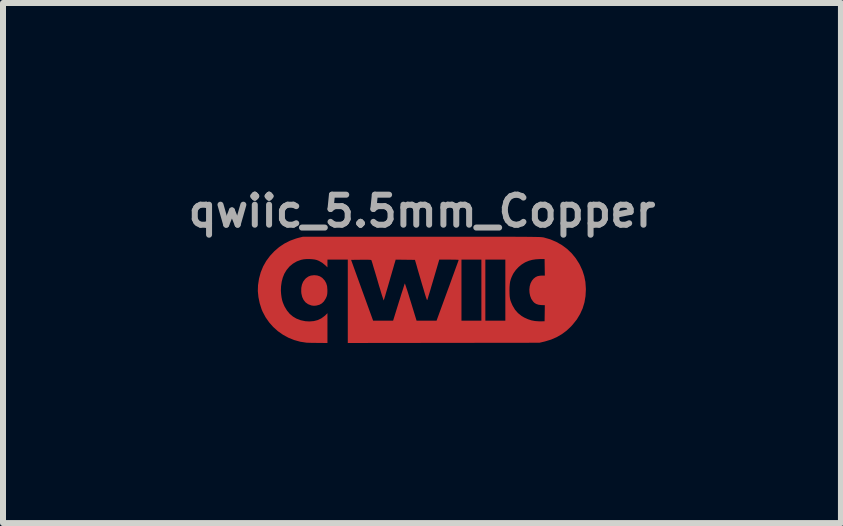
<source format=kicad_pcb>
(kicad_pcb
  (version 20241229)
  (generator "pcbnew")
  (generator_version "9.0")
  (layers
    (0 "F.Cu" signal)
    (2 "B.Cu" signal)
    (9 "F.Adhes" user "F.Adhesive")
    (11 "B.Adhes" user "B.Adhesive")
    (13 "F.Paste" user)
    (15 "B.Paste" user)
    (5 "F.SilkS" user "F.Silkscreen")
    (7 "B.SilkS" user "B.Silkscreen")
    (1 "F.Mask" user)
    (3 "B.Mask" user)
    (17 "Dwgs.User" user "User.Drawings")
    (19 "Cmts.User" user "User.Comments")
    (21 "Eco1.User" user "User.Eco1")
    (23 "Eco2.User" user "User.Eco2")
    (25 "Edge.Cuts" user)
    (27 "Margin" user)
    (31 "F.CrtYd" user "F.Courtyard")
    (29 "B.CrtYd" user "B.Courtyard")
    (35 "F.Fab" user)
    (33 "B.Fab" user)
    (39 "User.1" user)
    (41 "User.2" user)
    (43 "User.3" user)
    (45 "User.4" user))
  (footprint "qwiic_5.5mm_Copper"
    (layer "F.Cu")
    (at 3.981 1.768)
    (property "Reference" "qwiic_5.5mm_Copper" (at 0 -1.3 0) (layer "F.Fab") (effects (font (size 0.5 0.5) (thickness 0.1))))
    (attr board_only exclude_from_pos_files exclude_from_bom)
    (fp_poly (pts (xy -1.745 -0.228) (xy -1.702 -0.214) (xy -1.664 -0.19) (xy -1.654 -0.181) (xy -1.62 -0.143) (xy -1.596 -0.1) (xy -1.581 -0.05) (xy -1.576 0.009) (xy -1.576 0.045) (xy -1.578 0.076) (xy -1.582 0.1) (xy -1.588 0.121) (xy -1.598 0.144) (xy -1.605 0.158) (xy -1.634 0.204) (xy -1.668 0.237) (xy -1.709 0.26) (xy -1.758 0.273) (xy -1.783 0.276) (xy -1.811 0.276) (xy -1.839 0.272) (xy -1.847 0.27) (xy -1.898 0.25) (xy -1.94 0.22) (xy -1.972 0.18) (xy -1.995 0.132) (xy -2.009 0.075) (xy -2.012 0.043) (xy -2.011 -0.021) (xy -2 -0.076) (xy -1.98 -0.124) (xy -1.949 -0.166) (xy -1.932 -0.183) (xy -1.894 -0.21) (xy -1.853 -0.226) (xy -1.804 -0.232) (xy -1.794 -0.233)) (stroke (width 0) (type solid)) (fill yes) (layer "F.Cu"))
    (fp_poly (pts (xy 0.189 -0.874) (xy 0.368 -0.874) (xy 0.536 -0.874) (xy 0.691 -0.874) (xy 0.834 -0.874) (xy 0.967 -0.874) (xy 1.089 -0.873) (xy 1.201 -0.873) (xy 1.304 -0.873) (xy 1.397 -0.873) (xy 1.482 -0.873) (xy 1.558 -0.873) (xy 1.626 -0.872) (xy 1.687 -0.872) (xy 1.742 -0.872) (xy 1.789 -0.871) (xy 1.831 -0.871) (xy 1.867 -0.87) (xy 1.898 -0.87) (xy 1.925 -0.869) (xy 1.947 -0.869) (xy 1.966 -0.868) (xy 1.981 -0.867) (xy 1.994 -0.866) (xy 2.004 -0.865) (xy 2.012 -0.864) (xy 2.019 -0.863) (xy 2.025 -0.862) (xy 2.03 -0.861) (xy 2.138 -0.83) (xy 2.239 -0.787) (xy 2.332 -0.734) (xy 2.417 -0.671) (xy 2.494 -0.598) (xy 2.562 -0.515) (xy 2.62 -0.424) (xy 2.633 -0.399) (xy 2.675 -0.308) (xy 2.704 -0.216) (xy 2.723 -0.121) (xy 2.73 -0.021) (xy 2.731 0.006) (xy 2.725 0.117) (xy 2.707 0.222) (xy 2.677 0.321) (xy 2.634 0.415) (xy 2.58 0.505) (xy 2.512 0.59) (xy 2.484 0.621) (xy 2.409 0.692) (xy 2.329 0.751) (xy 2.244 0.8) (xy 2.152 0.84) (xy 2.05 0.871) (xy 2.021 0.878) (xy 1.957 0.893) (xy 0.36 0.895) (xy -1.236 0.897) (xy -1.236 0.203) (xy -1.236 -0.488) (xy -1.181 -0.488) (xy -0.998 0.018) (xy -0.814 0.525) (xy -0.647 0.525) (xy -0.481 0.525) (xy -0.386 0.218) (xy -0.366 0.156) (xy -0.349 0.099) (xy -0.332 0.046) (xy -0.317 0.001) (xy -0.305 -0.038) (xy -0.296 -0.067) (xy -0.289 -0.087) (xy -0.286 -0.095) (xy -0.286 -0.095) (xy -0.283 -0.09) (xy -0.277 -0.073) (xy -0.268 -0.046) (xy -0.256 -0.01) (xy -0.241 0.034) (xy -0.225 0.085) (xy -0.208 0.142) (xy -0.189 0.203) (xy -0.186 0.212) (xy -0.09 0.525) (xy 0.076 0.525) (xy 0.243 0.525) (xy 0.427 0.021) (xy 0.456 -0.057) (xy 0.483 -0.132) (xy 0.508 -0.202) (xy 0.532 -0.267) (xy 0.553 -0.325) (xy 0.571 -0.375) (xy 0.587 -0.418) (xy 0.599 -0.451) (xy 0.607 -0.474) (xy 0.611 -0.486) (xy 0.611 -0.487) (xy 0.605 -0.489) (xy 0.587 -0.49) (xy 0.56 -0.491) (xy 0.524 -0.491) (xy 0.483 -0.492) (xy 0.45 -0.492) (xy 0.658 -0.492) (xy 0.658 0.017) (xy 0.658 0.525) (xy 0.824 0.525) (xy 0.99 0.525) (xy 0.99 0.017) (xy 0.99 -0.492) (xy 1.056 -0.492) (xy 1.056 0.017) (xy 1.056 0.525) (xy 1.222 0.525) (xy 1.389 0.525) (xy 1.389 0.02) (xy 1.458 0.02) (xy 1.459 0.073) (xy 1.461 0.116) (xy 1.466 0.153) (xy 1.474 0.187) (xy 1.486 0.22) (xy 1.502 0.257) (xy 1.512 0.278) (xy 1.551 0.343) (xy 1.6 0.399) (xy 1.659 0.446) (xy 1.704 0.473) (xy 1.766 0.501) (xy 1.824 0.52) (xy 1.883 0.531) (xy 1.949 0.536) (xy 1.98 0.536) (xy 2.043 0.535) (xy 2.045 0.401) (xy 2.047 0.267) (xy 1.988 0.265) (xy 1.94 0.259) (xy 1.902 0.246) (xy 1.871 0.226) (xy 1.851 0.205) (xy 1.822 0.163) (xy 1.803 0.114) (xy 1.792 0.061) (xy 1.789 0.007) (xy 1.795 -0.047) (xy 1.809 -0.097) (xy 1.832 -0.141) (xy 1.862 -0.177) (xy 1.895 -0.202) (xy 1.928 -0.217) (xy 1.966 -0.224) (xy 1.995 -0.226) (xy 2.047 -0.226) (xy 2.045 -0.364) (xy 2.043 -0.502) (xy 1.96 -0.501) (xy 1.894 -0.497) (xy 1.836 -0.488) (xy 1.781 -0.473) (xy 1.726 -0.45) (xy 1.714 -0.444) (xy 1.661 -0.411) (xy 1.61 -0.369) (xy 1.564 -0.32) (xy 1.527 -0.268) (xy 1.516 -0.249) (xy 1.495 -0.205) (xy 1.48 -0.166) (xy 1.469 -0.126) (xy 1.463 -0.084) (xy 1.459 -0.035) (xy 1.458 0.02) (xy 1.389 0.02) (xy 1.389 0.017) (xy 1.389 -0.492) (xy 1.222 -0.492) (xy 1.056 -0.492) (xy 0.99 -0.492) (xy 0.824 -0.492) (xy 0.658 -0.492) (xy 0.45 -0.492) (xy 0.288 -0.492) (xy 0.193 -0.168) (xy 0.174 -0.104) (xy 0.156 -0.044) (xy 0.14 0.012) (xy 0.125 0.062) (xy 0.112 0.104) (xy 0.102 0.138) (xy 0.095 0.162) (xy 0.091 0.174) (xy 0.09 0.176) (xy 0.089 0.179) (xy 0.087 0.181) (xy 0.085 0.181) (xy 0.083 0.177) (xy 0.079 0.171) (xy 0.075 0.159) (xy 0.069 0.143) (xy 0.062 0.121) (xy 0.053 0.092) (xy 0.042 0.056) (xy 0.029 0.011) (xy 0.013 -0.042) (xy -0.006 -0.105) (xy -0.027 -0.178) (xy -0.052 -0.263) (xy -0.08 -0.359) (xy -0.085 -0.379) (xy -0.117 -0.488) (xy -0.277 -0.49) (xy -0.438 -0.492) (xy -0.454 -0.437) (xy -0.46 -0.419) (xy -0.468 -0.39) (xy -0.479 -0.351) (xy -0.493 -0.304) (xy -0.508 -0.252) (xy -0.525 -0.194) (xy -0.542 -0.134) (xy -0.552 -0.1) (xy -0.569 -0.041) (xy -0.585 0.014) (xy -0.6 0.064) (xy -0.612 0.107) (xy -0.623 0.142) (xy -0.631 0.168) (xy -0.636 0.184) (xy -0.638 0.188) (xy -0.64 0.182) (xy -0.646 0.166) (xy -0.655 0.138) (xy -0.667 0.102) (xy -0.681 0.057) (xy -0.696 0.005) (xy -0.714 -0.052) (xy -0.732 -0.114) (xy -0.74 -0.142) (xy -0.759 -0.207) (xy -0.777 -0.267) (xy -0.794 -0.323) (xy -0.809 -0.372) (xy -0.821 -0.414) (xy -0.831 -0.447) (xy -0.839 -0.471) (xy -0.843 -0.483) (xy -0.844 -0.485) (xy -0.851 -0.487) (xy -0.869 -0.489) (xy -0.898 -0.49) (xy -0.94 -0.49) (xy -0.994 -0.49) (xy -1.015 -0.49) (xy -1.181 -0.488) (xy -1.236 -0.488) (xy -1.236 -0.492) (xy -1.405 -0.492) (xy -1.575 -0.492) (xy -1.575 -0.427) (xy -1.575 -0.363) (xy -1.61 -0.397) (xy -1.661 -0.439) (xy -1.719 -0.472) (xy -1.754 -0.486) (xy -1.788 -0.494) (xy -1.831 -0.499) (xy -1.879 -0.502) (xy -1.928 -0.501) (xy -1.973 -0.497) (xy -2.012 -0.489) (xy -2.013 -0.489) (xy -2.085 -0.463) (xy -2.15 -0.425) (xy -2.208 -0.377) (xy -2.257 -0.318) (xy -2.294 -0.256) (xy -2.319 -0.194) (xy -2.337 -0.125) (xy -2.348 -0.05) (xy -2.351 0.025) (xy -2.347 0.081) (xy -2.34 0.135) (xy -2.331 0.18) (xy -2.319 0.22) (xy -2.302 0.261) (xy -2.288 0.292) (xy -2.25 0.355) (xy -2.204 0.411) (xy -2.149 0.457) (xy -2.093 0.49) (xy -2.02 0.518) (xy -1.944 0.534) (xy -1.875 0.538) (xy -1.802 0.532) (xy -1.736 0.515) (xy -1.676 0.486) (xy -1.622 0.446) (xy -1.614 0.439) (xy -1.575 0.4) (xy -1.575 0.648) (xy -1.575 0.897) (xy -1.736 0.896) (xy -1.782 0.895) (xy -1.826 0.895) (xy -1.864 0.894) (xy -1.895 0.893) (xy -1.916 0.893) (xy -1.923 0.892) (xy -2.028 0.876) (xy -2.129 0.848) (xy -2.226 0.809) (xy -2.317 0.759) (xy -2.401 0.7) (xy -2.478 0.631) (xy -2.546 0.554) (xy -2.605 0.47) (xy -2.654 0.378) (xy -2.672 0.336) (xy -2.704 0.235) (xy -2.725 0.133) (xy -2.735 0.032) (xy -2.732 -0.066) (xy -2.715 -0.176) (xy -2.687 -0.28) (xy -2.647 -0.378) (xy -2.595 -0.47) (xy -2.531 -0.556) (xy -2.46 -0.632) (xy -2.379 -0.702) (xy -2.292 -0.76) (xy -2.199 -0.807) (xy -2.098 -0.844) (xy -2.055 -0.856) (xy -1.983 -0.874) (xy -0.003 -0.874)) (stroke (width 0) (type solid)) (fill yes) (layer "F.Cu")))
  (gr_rect
    (start -3 -3)
    (end 10.962 5.665)
    (stroke (width 0.1) (type default))
    (fill no)
    (layer "Edge.Cuts")))
</source>
